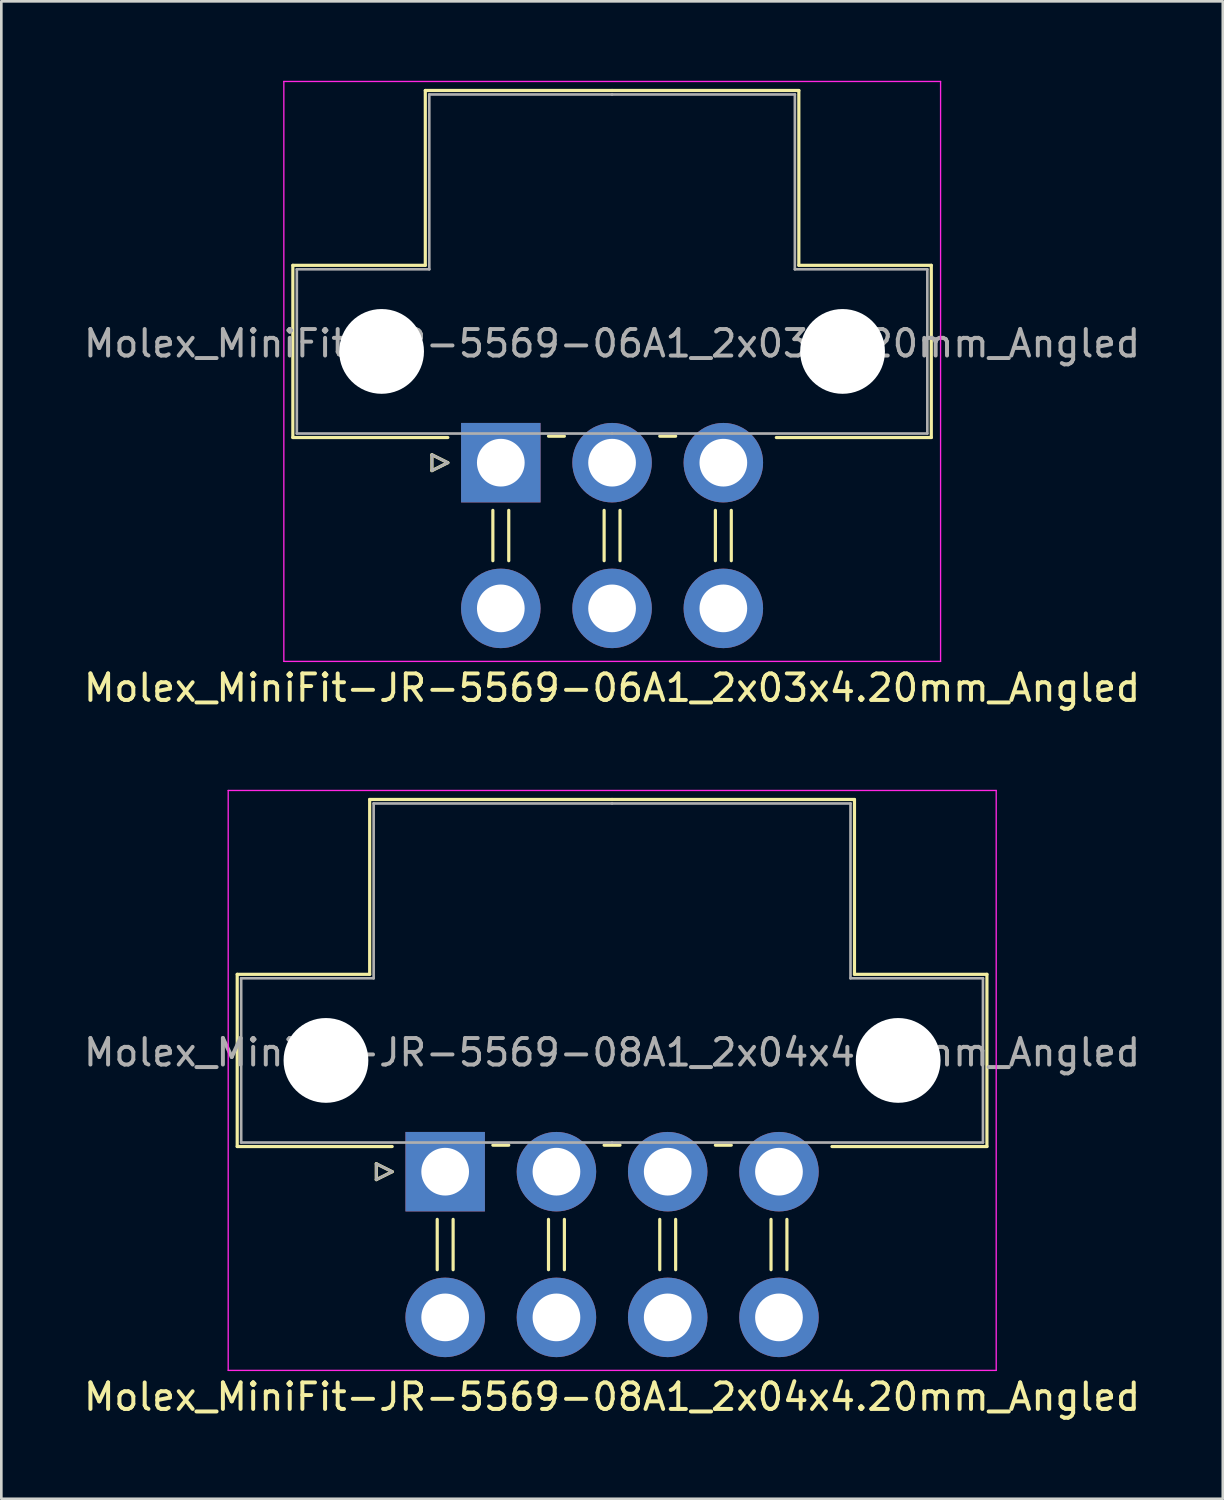
<source format=kicad_pcb>
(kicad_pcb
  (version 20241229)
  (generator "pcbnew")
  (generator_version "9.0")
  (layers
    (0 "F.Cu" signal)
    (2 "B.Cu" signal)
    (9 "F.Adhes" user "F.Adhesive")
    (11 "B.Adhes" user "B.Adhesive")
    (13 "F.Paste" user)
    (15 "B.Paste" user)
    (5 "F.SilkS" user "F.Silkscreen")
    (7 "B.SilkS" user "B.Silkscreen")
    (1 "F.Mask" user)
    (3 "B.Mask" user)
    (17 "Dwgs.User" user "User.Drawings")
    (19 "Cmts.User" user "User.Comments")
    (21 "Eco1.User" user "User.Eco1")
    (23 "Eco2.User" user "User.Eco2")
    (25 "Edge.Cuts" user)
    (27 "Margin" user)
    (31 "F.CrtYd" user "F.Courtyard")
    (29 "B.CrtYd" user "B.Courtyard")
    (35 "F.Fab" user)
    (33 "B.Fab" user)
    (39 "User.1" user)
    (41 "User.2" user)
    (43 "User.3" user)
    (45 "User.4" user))
  (footprint "Molex_MiniFit-JR-5569-08A1_2x04x4.20mm_Angled"
    (layer "F.Cu")
    (at 13.754 41.178)
    (property "Reference" "Molex_MiniFit-JR-5569-08A1_2x04x4.20mm_Angled" (at 6.3 8.5 0) (layer "F.SilkS") (effects (font (size 1 1) (thickness 0.15))))
    (attr through_hole)
    (fp_line (start -7.85 -7.45) (end -7.85 -0.95) (stroke (width 0.12) (type solid)) (layer "F.SilkS"))
    (fp_line (start -7.85 -0.95) (end -2 -0.95) (stroke (width 0.12) (type solid)) (layer "F.SilkS"))
    (fp_line (start -2.85 -14.05) (end -2.85 -7.45) (stroke (width 0.12) (type solid)) (layer "F.SilkS"))
    (fp_line (start -2.85 -7.45) (end -7.85 -7.45) (stroke (width 0.12) (type solid)) (layer "F.SilkS"))
    (fp_line (start -2.6 -0.3) (end -2 0) (stroke (width 0.12) (type solid)) (layer "F.SilkS"))
    (fp_line (start -2.6 0.3) (end -2.6 -0.3) (stroke (width 0.12) (type solid)) (layer "F.SilkS"))
    (fp_line (start -2 0) (end -2.6 0.3) (stroke (width 0.12) (type solid)) (layer "F.SilkS"))
    (fp_line (start -0.3 1.8) (end -0.3 3.7) (stroke (width 0.12) (type solid)) (layer "F.SilkS"))
    (fp_line (start 0.3 1.8) (end 0.3 3.7) (stroke (width 0.12) (type solid)) (layer "F.SilkS"))
    (fp_line (start 1.8 -1) (end 2.4 -1) (stroke (width 0.12) (type solid)) (layer "F.SilkS"))
    (fp_line (start 3.9 1.8) (end 3.9 3.7) (stroke (width 0.12) (type solid)) (layer "F.SilkS"))
    (fp_line (start 4.5 1.8) (end 4.5 3.7) (stroke (width 0.12) (type solid)) (layer "F.SilkS"))
    (fp_line (start 6 -1) (end 6.6 -1) (stroke (width 0.12) (type solid)) (layer "F.SilkS"))
    (fp_line (start 6.3 -14.05) (end -2.85 -14.05) (stroke (width 0.12) (type solid)) (layer "F.SilkS"))
    (fp_line (start 6.3 -14.05) (end 15.45 -14.05) (stroke (width 0.12) (type solid)) (layer "F.SilkS"))
    (fp_line (start 8.1 1.8) (end 8.1 3.7) (stroke (width 0.12) (type solid)) (layer "F.SilkS"))
    (fp_line (start 8.7 1.8) (end 8.7 3.7) (stroke (width 0.12) (type solid)) (layer "F.SilkS"))
    (fp_line (start 10.2 -1) (end 10.8 -1) (stroke (width 0.12) (type solid)) (layer "F.SilkS"))
    (fp_line (start 12.3 1.8) (end 12.3 3.7) (stroke (width 0.12) (type solid)) (layer "F.SilkS"))
    (fp_line (start 12.9 1.8) (end 12.9 3.7) (stroke (width 0.12) (type solid)) (layer "F.SilkS"))
    (fp_line (start 15.45 -14.05) (end 15.45 -7.45) (stroke (width 0.12) (type solid)) (layer "F.SilkS"))
    (fp_line (start 15.45 -7.45) (end 20.45 -7.45) (stroke (width 0.12) (type solid)) (layer "F.SilkS"))
    (fp_line (start 20.45 -7.45) (end 20.45 -0.95) (stroke (width 0.12) (type solid)) (layer "F.SilkS"))
    (fp_line (start 20.45 -0.95) (end 14.6 -0.95) (stroke (width 0.12) (type solid)) (layer "F.SilkS"))
    (fp_line (start -8.19 -14.39) (end -8.19 7.5) (stroke (width 0.05) (type solid)) (layer "F.CrtYd"))
    (fp_line (start -8.19 7.5) (end 20.8 7.5) (stroke (width 0.05) (type solid)) (layer "F.CrtYd"))
    (fp_line (start 20.8 -14.39) (end -8.19 -14.39) (stroke (width 0.05) (type solid)) (layer "F.CrtYd"))
    (fp_line (start 20.8 7.5) (end 20.8 -14.39) (stroke (width 0.05) (type solid)) (layer "F.CrtYd"))
    (fp_line (start -7.7 -7.3) (end -7.7 -1.1) (stroke (width 0.1) (type solid)) (layer "F.Fab"))
    (fp_line (start -7.7 -1.1) (end 6.3 -1.1) (stroke (width 0.1) (type solid)) (layer "F.Fab"))
    (fp_line (start -2.7 -13.9) (end -2.7 -7.3) (stroke (width 0.1) (type solid)) (layer "F.Fab"))
    (fp_line (start -2.7 -7.3) (end -7.7 -7.3) (stroke (width 0.1) (type solid)) (layer "F.Fab"))
    (fp_line (start -2.6 -0.3) (end -2 0) (stroke (width 0.1) (type solid)) (layer "F.Fab"))
    (fp_line (start -2.6 0.3) (end -2.6 -0.3) (stroke (width 0.1) (type solid)) (layer "F.Fab"))
    (fp_line (start -2 0) (end -2.6 0.3) (stroke (width 0.1) (type solid)) (layer "F.Fab"))
    (fp_line (start 6.3 -13.9) (end -2.7 -13.9) (stroke (width 0.1) (type solid)) (layer "F.Fab"))
    (fp_line (start 6.3 -13.9) (end 15.3 -13.9) (stroke (width 0.1) (type solid)) (layer "F.Fab"))
    (fp_line (start 15.3 -13.9) (end 15.3 -7.3) (stroke (width 0.1) (type solid)) (layer "F.Fab"))
    (fp_line (start 15.3 -7.3) (end 20.3 -7.3) (stroke (width 0.1) (type solid)) (layer "F.Fab"))
    (fp_line (start 20.3 -7.3) (end 20.3 -1.1) (stroke (width 0.1) (type solid)) (layer "F.Fab"))
    (fp_line (start 20.3 -1.1) (end 6.3 -1.1) (stroke (width 0.1) (type solid)) (layer "F.Fab"))
    (fp_text user "${REFERENCE}" (at 6.3 -4.5 0) (layer "F.Fab") (effects (font (size 1 1) (thickness 0.15))))
    (pad "" np_thru_hole circle (at -4.5 -4.2) (size 3.2 3.2) (drill 3.2) (layers "*.Cu" "*.Mask"))
    (pad "" np_thru_hole circle (at 17.1 -4.2) (size 3.2 3.2) (drill 3.2) (layers "*.Cu" "*.Mask"))
    (pad "1" thru_hole rect (at 0 0) (size 3 3) (drill 1.8) (layers "*.Cu" "*.Mask"))
    (pad "2" thru_hole circle (at 4.2 0) (size 3 3) (drill 1.8) (layers "*.Cu" "*.Mask"))
    (pad "3" thru_hole circle (at 8.4 0) (size 3 3) (drill 1.8) (layers "*.Cu" "*.Mask"))
    (pad "4" thru_hole circle (at 12.6 0) (size 3 3) (drill 1.8) (layers "*.Cu" "*.Mask"))
    (pad "5" thru_hole circle (at 0 5.5) (size 3 3) (drill 1.8) (layers "*.Cu" "*.Mask"))
    (pad "6" thru_hole circle (at 4.2 5.5) (size 3 3) (drill 1.8) (layers "*.Cu" "*.Mask"))
    (pad "7" thru_hole circle (at 8.4 5.5) (size 3 3) (drill 1.8) (layers "*.Cu" "*.Mask"))
    (pad "8" thru_hole circle (at 12.6 5.5) (size 3 3) (drill 1.8) (layers "*.Cu" "*.Mask")))
  (footprint "Molex_MiniFit-JR-5569-06A1_2x03x4.20mm_Angled"
    (layer "F.Cu")
    (at 15.854 14.415)
    (property "Reference" "Molex_MiniFit-JR-5569-06A1_2x03x4.20mm_Angled" (at 4.2 8.5 0) (layer "F.SilkS") (effects (font (size 1 1) (thickness 0.15))))
    (attr through_hole)
    (fp_line (start -7.85 -7.45) (end -7.85 -0.95) (stroke (width 0.12) (type solid)) (layer "F.SilkS"))
    (fp_line (start -7.85 -0.95) (end -2 -0.95) (stroke (width 0.12) (type solid)) (layer "F.SilkS"))
    (fp_line (start -2.85 -14.05) (end -2.85 -7.45) (stroke (width 0.12) (type solid)) (layer "F.SilkS"))
    (fp_line (start -2.85 -7.45) (end -7.85 -7.45) (stroke (width 0.12) (type solid)) (layer "F.SilkS"))
    (fp_line (start -2.6 -0.3) (end -2 0) (stroke (width 0.12) (type solid)) (layer "F.SilkS"))
    (fp_line (start -2.6 0.3) (end -2.6 -0.3) (stroke (width 0.12) (type solid)) (layer "F.SilkS"))
    (fp_line (start -2 0) (end -2.6 0.3) (stroke (width 0.12) (type solid)) (layer "F.SilkS"))
    (fp_line (start -0.3 1.8) (end -0.3 3.7) (stroke (width 0.12) (type solid)) (layer "F.SilkS"))
    (fp_line (start 0.3 1.8) (end 0.3 3.7) (stroke (width 0.12) (type solid)) (layer "F.SilkS"))
    (fp_line (start 1.8 -1) (end 2.4 -1) (stroke (width 0.12) (type solid)) (layer "F.SilkS"))
    (fp_line (start 3.9 1.8) (end 3.9 3.7) (stroke (width 0.12) (type solid)) (layer "F.SilkS"))
    (fp_line (start 4.2 -14.05) (end -2.85 -14.05) (stroke (width 0.12) (type solid)) (layer "F.SilkS"))
    (fp_line (start 4.2 -14.05) (end 11.25 -14.05) (stroke (width 0.12) (type solid)) (layer "F.SilkS"))
    (fp_line (start 4.5 1.8) (end 4.5 3.7) (stroke (width 0.12) (type solid)) (layer "F.SilkS"))
    (fp_line (start 6 -1) (end 6.6 -1) (stroke (width 0.12) (type solid)) (layer "F.SilkS"))
    (fp_line (start 8.1 1.8) (end 8.1 3.7) (stroke (width 0.12) (type solid)) (layer "F.SilkS"))
    (fp_line (start 8.7 1.8) (end 8.7 3.7) (stroke (width 0.12) (type solid)) (layer "F.SilkS"))
    (fp_line (start 11.25 -14.05) (end 11.25 -7.45) (stroke (width 0.12) (type solid)) (layer "F.SilkS"))
    (fp_line (start 11.25 -7.45) (end 16.25 -7.45) (stroke (width 0.12) (type solid)) (layer "F.SilkS"))
    (fp_line (start 16.25 -7.45) (end 16.25 -0.95) (stroke (width 0.12) (type solid)) (layer "F.SilkS"))
    (fp_line (start 16.25 -0.95) (end 10.4 -0.95) (stroke (width 0.12) (type solid)) (layer "F.SilkS"))
    (fp_line (start -8.19 -14.39) (end -8.19 7.5) (stroke (width 0.05) (type solid)) (layer "F.CrtYd"))
    (fp_line (start -8.19 7.5) (end 16.6 7.5) (stroke (width 0.05) (type solid)) (layer "F.CrtYd"))
    (fp_line (start 16.6 -14.39) (end -8.19 -14.39) (stroke (width 0.05) (type solid)) (layer "F.CrtYd"))
    (fp_line (start 16.6 7.5) (end 16.6 -14.39) (stroke (width 0.05) (type solid)) (layer "F.CrtYd"))
    (fp_line (start -7.7 -7.3) (end -7.7 -1.1) (stroke (width 0.1) (type solid)) (layer "F.Fab"))
    (fp_line (start -7.7 -1.1) (end 4.2 -1.1) (stroke (width 0.1) (type solid)) (layer "F.Fab"))
    (fp_line (start -2.7 -13.9) (end -2.7 -7.3) (stroke (width 0.1) (type solid)) (layer "F.Fab"))
    (fp_line (start -2.7 -7.3) (end -7.7 -7.3) (stroke (width 0.1) (type solid)) (layer "F.Fab"))
    (fp_line (start -2.6 -0.3) (end -2 0) (stroke (width 0.1) (type solid)) (layer "F.Fab"))
    (fp_line (start -2.6 0.3) (end -2.6 -0.3) (stroke (width 0.1) (type solid)) (layer "F.Fab"))
    (fp_line (start -2 0) (end -2.6 0.3) (stroke (width 0.1) (type solid)) (layer "F.Fab"))
    (fp_line (start 4.2 -13.9) (end -2.7 -13.9) (stroke (width 0.1) (type solid)) (layer "F.Fab"))
    (fp_line (start 4.2 -13.9) (end 11.1 -13.9) (stroke (width 0.1) (type solid)) (layer "F.Fab"))
    (fp_line (start 11.1 -13.9) (end 11.1 -7.3) (stroke (width 0.1) (type solid)) (layer "F.Fab"))
    (fp_line (start 11.1 -7.3) (end 16.1 -7.3) (stroke (width 0.1) (type solid)) (layer "F.Fab"))
    (fp_line (start 16.1 -7.3) (end 16.1 -1.1) (stroke (width 0.1) (type solid)) (layer "F.Fab"))
    (fp_line (start 16.1 -1.1) (end 4.2 -1.1) (stroke (width 0.1) (type solid)) (layer "F.Fab"))
    (fp_text user "${REFERENCE}" (at 4.2 -4.5 0) (layer "F.Fab") (effects (font (size 1 1) (thickness 0.15))))
    (pad "" np_thru_hole circle (at -4.5 -4.2) (size 3.2 3.2) (drill 3.2) (layers "*.Cu" "*.Mask"))
    (pad "" np_thru_hole circle (at 12.9 -4.2) (size 3.2 3.2) (drill 3.2) (layers "*.Cu" "*.Mask"))
    (pad "1" thru_hole rect (at 0 0) (size 3 3) (drill 1.8) (layers "*.Cu" "*.Mask"))
    (pad "2" thru_hole circle (at 4.2 0) (size 3 3) (drill 1.8) (layers "*.Cu" "*.Mask"))
    (pad "3" thru_hole circle (at 8.4 0) (size 3 3) (drill 1.8) (layers "*.Cu" "*.Mask"))
    (pad "4" thru_hole circle (at 0 5.5) (size 3 3) (drill 1.8) (layers "*.Cu" "*.Mask"))
    (pad "5" thru_hole circle (at 4.2 5.5) (size 3 3) (drill 1.8) (layers "*.Cu" "*.Mask"))
    (pad "6" thru_hole circle (at 8.4 5.5) (size 3 3) (drill 1.8) (layers "*.Cu" "*.Mask")))
  (gr_rect
    (start -3 -3)
    (end 43.107 53.526)
    (stroke (width 0.1) (type default))
    (fill no)
    (layer "Edge.Cuts")))
</source>
